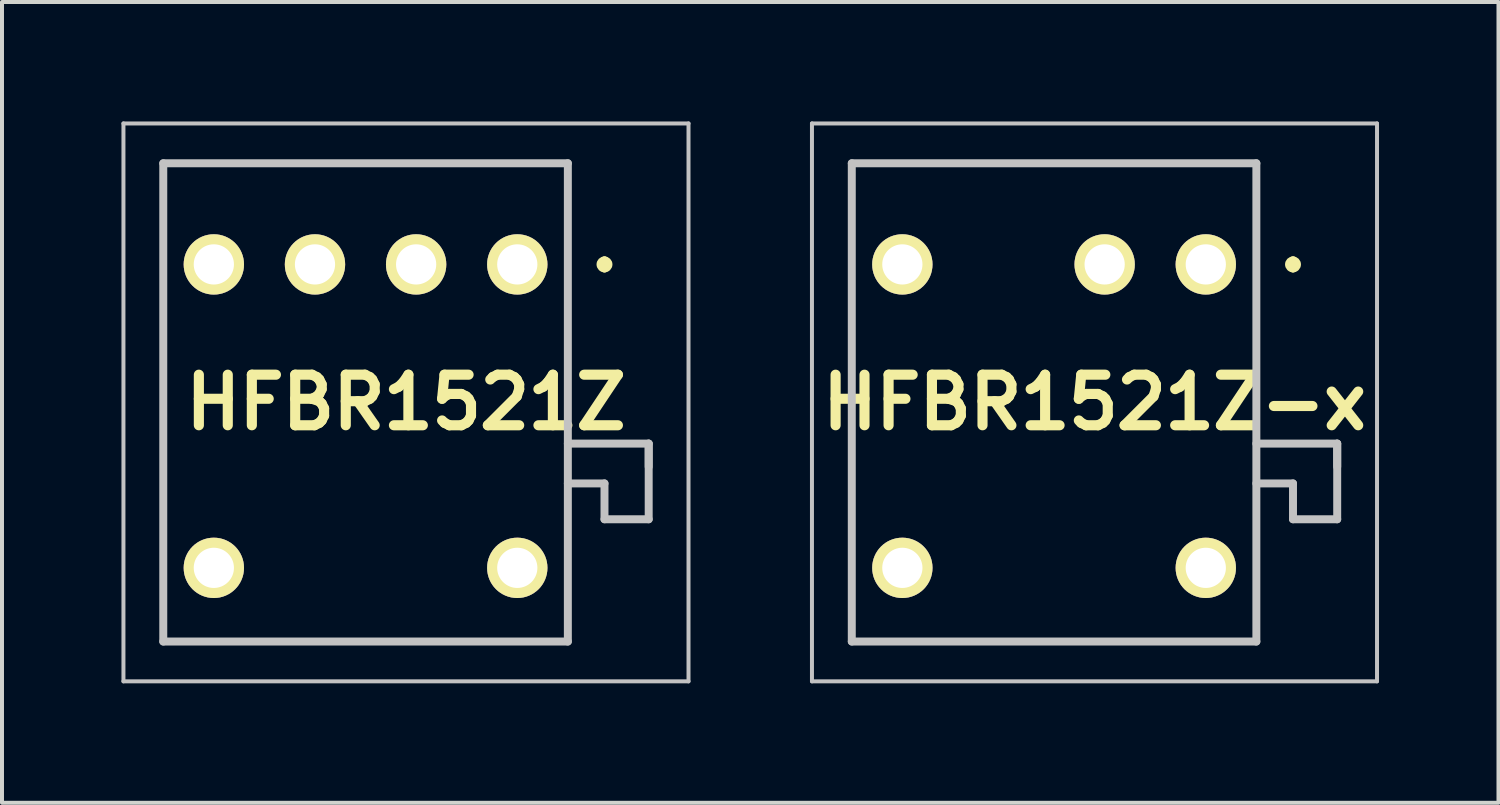
<source format=kicad_pcb>
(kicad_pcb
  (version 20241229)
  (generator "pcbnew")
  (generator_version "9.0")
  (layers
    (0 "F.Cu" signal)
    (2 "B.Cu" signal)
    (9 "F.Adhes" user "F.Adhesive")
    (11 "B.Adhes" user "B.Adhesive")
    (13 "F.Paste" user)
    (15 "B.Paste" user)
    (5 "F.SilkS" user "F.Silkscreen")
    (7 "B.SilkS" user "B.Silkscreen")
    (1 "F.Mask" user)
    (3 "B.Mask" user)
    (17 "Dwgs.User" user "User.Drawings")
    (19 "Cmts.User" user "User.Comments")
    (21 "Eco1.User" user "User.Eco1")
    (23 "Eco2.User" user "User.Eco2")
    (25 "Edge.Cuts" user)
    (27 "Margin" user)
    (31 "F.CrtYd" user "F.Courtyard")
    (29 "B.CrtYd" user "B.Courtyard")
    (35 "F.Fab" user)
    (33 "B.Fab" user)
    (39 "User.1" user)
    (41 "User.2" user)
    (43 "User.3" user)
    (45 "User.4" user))
  (footprint "HFBR1521Z-x"
    (layer "F.Cu")
    (at 23.42 3.59)
    (property "Reference" "HFBR1521Z-x" (at 1.015 3.465 0) (layer "F.SilkS") (effects (font (size 1.27 1.27) (thickness 0.254))))
    (attr through_hole)
    (fp_line (start -5.08 -2.54) (end 5.08 -2.54) (stroke (width 0.1) (type solid)) (layer "F.SilkS"))
    (fp_line (start -5.08 9.47) (end -5.08 -2.54) (stroke (width 0.1) (type solid)) (layer "F.SilkS"))
    (fp_line (start 5.08 -2.54) (end 5.08 9.47) (stroke (width 0.1) (type solid)) (layer "F.SilkS"))
    (fp_line (start 5.08 4.5) (end 7.11 4.5) (stroke (width 0.1) (type solid)) (layer "F.SilkS"))
    (fp_line (start 5.08 9.47) (end -5.08 9.47) (stroke (width 0.1) (type solid)) (layer "F.SilkS"))
    (fp_line (start 6 -0.1) (end 6 -0.1) (stroke (width 0.2) (type solid)) (layer "F.SilkS"))
    (fp_line (start 6 0.1) (end 6 0.1) (stroke (width 0.2) (type solid)) (layer "F.SilkS"))
    (fp_line (start 6 5.5) (end 5.08 5.5) (stroke (width 0.1) (type solid)) (layer "F.SilkS"))
    (fp_line (start 6 6.4) (end 6 5.5) (stroke (width 0.1) (type solid)) (layer "F.SilkS"))
    (fp_line (start 7.11 4.5) (end 7.11 6.4) (stroke (width 0.1) (type solid)) (layer "F.SilkS"))
    (fp_line (start 7.11 6.4) (end 6 6.4) (stroke (width 0.1) (type solid)) (layer "F.SilkS"))
    (fp_arc (start 6 -0.1) (mid 6.1 0) (end 6 0.1) (stroke (width 0.2) (type solid)) (layer "F.SilkS"))
    (fp_arc (start 6 0.1) (mid 5.9 0) (end 6 -0.1) (stroke (width 0.2) (type solid)) (layer "F.SilkS"))
    (fp_line (start -6.08 -3.54) (end 8.11 -3.54) (stroke (width 0.1) (type solid)) (layer "Dwgs.User"))
    (fp_line (start -6.08 10.47) (end -6.08 -3.54) (stroke (width 0.1) (type solid)) (layer "Dwgs.User"))
    (fp_line (start -5.08 -2.54) (end 5.08 -2.54) (stroke (width 0.2) (type solid)) (layer "Dwgs.User"))
    (fp_line (start -5.08 9.47) (end -5.08 -2.54) (stroke (width 0.2) (type solid)) (layer "Dwgs.User"))
    (fp_line (start 5.08 -2.54) (end 5.08 9.47) (stroke (width 0.2) (type solid)) (layer "Dwgs.User"))
    (fp_line (start 5.08 4.5) (end 7.11 4.5) (stroke (width 0.2) (type solid)) (layer "Dwgs.User"))
    (fp_line (start 5.08 9.47) (end -5.08 9.47) (stroke (width 0.2) (type solid)) (layer "Dwgs.User"))
    (fp_line (start 6 5.5) (end 5.08 5.5) (stroke (width 0.2) (type solid)) (layer "Dwgs.User"))
    (fp_line (start 6 6.4) (end 6 5.5) (stroke (width 0.2) (type solid)) (layer "Dwgs.User"))
    (fp_line (start 7.11 4.5) (end 7.11 5.08) (stroke (width 0.2) (type solid)) (layer "Dwgs.User"))
    (fp_line (start 7.11 4.5) (end 7.11 6.4) (stroke (width 0.2) (type solid)) (layer "Dwgs.User"))
    (fp_line (start 7.11 6.4) (end 6 6.4) (stroke (width 0.2) (type solid)) (layer "Dwgs.User"))
    (fp_line (start 8.11 -3.54) (end 8.11 10.47) (stroke (width 0.1) (type solid)) (layer "Dwgs.User"))
    (fp_line (start 8.11 10.47) (end -6.08 10.47) (stroke (width 0.1) (type solid)) (layer "Dwgs.User"))
    (pad "1" thru_hole circle (at 3.81 0 90) (size 1.515 1.515) (drill 1.01) (layers "*.Cu" "*.Mask" "F.SilkS"))
    (pad "2" thru_hole circle (at 1.27 0 90) (size 1.515 1.515) (drill 1.01) (layers "*.Cu" "*.Mask" "F.SilkS"))
    (pad "4" thru_hole circle (at -3.81 0 90) (size 1.515 1.515) (drill 1.01) (layers "*.Cu" "*.Mask" "F.SilkS"))
    (pad "5" thru_hole circle (at -3.81 7.62 90) (size 1.515 1.515) (drill 1.01) (layers "*.Cu" "*.Mask" "F.SilkS"))
    (pad "6" thru_hole circle (at 3.81 7.62 90) (size 1.515 1.515) (drill 1.01) (layers "*.Cu" "*.Mask" "F.SilkS")))
  (footprint "HFBR1521Z"
    (layer "F.Cu")
    (at 6.13 3.59)
    (property "Reference" "HFBR1521Z" (at 1.015 3.465 0) (layer "F.SilkS") (effects (font (size 1.27 1.27) (thickness 0.254))))
    (attr through_hole)
    (fp_line (start -5.08 -2.54) (end 5.08 -2.54) (stroke (width 0.1) (type solid)) (layer "F.SilkS"))
    (fp_line (start -5.08 9.47) (end -5.08 -2.54) (stroke (width 0.1) (type solid)) (layer "F.SilkS"))
    (fp_line (start 5.08 -2.54) (end 5.08 9.47) (stroke (width 0.1) (type solid)) (layer "F.SilkS"))
    (fp_line (start 5.08 4.5) (end 7.11 4.5) (stroke (width 0.1) (type solid)) (layer "F.SilkS"))
    (fp_line (start 5.08 9.47) (end -5.08 9.47) (stroke (width 0.1) (type solid)) (layer "F.SilkS"))
    (fp_line (start 6 -0.1) (end 6 -0.1) (stroke (width 0.2) (type solid)) (layer "F.SilkS"))
    (fp_line (start 6 0.1) (end 6 0.1) (stroke (width 0.2) (type solid)) (layer "F.SilkS"))
    (fp_line (start 6 5.5) (end 5.08 5.5) (stroke (width 0.1) (type solid)) (layer "F.SilkS"))
    (fp_line (start 6 6.4) (end 6 5.5) (stroke (width 0.1) (type solid)) (layer "F.SilkS"))
    (fp_line (start 7.11 4.5) (end 7.11 6.4) (stroke (width 0.1) (type solid)) (layer "F.SilkS"))
    (fp_line (start 7.11 6.4) (end 6 6.4) (stroke (width 0.1) (type solid)) (layer "F.SilkS"))
    (fp_arc (start 6 -0.1) (mid 6.1 0) (end 6 0.1) (stroke (width 0.2) (type solid)) (layer "F.SilkS"))
    (fp_arc (start 6 0.1) (mid 5.9 0) (end 6 -0.1) (stroke (width 0.2) (type solid)) (layer "F.SilkS"))
    (fp_line (start -6.08 -3.54) (end 8.11 -3.54) (stroke (width 0.1) (type solid)) (layer "Dwgs.User"))
    (fp_line (start -6.08 10.47) (end -6.08 -3.54) (stroke (width 0.1) (type solid)) (layer "Dwgs.User"))
    (fp_line (start -5.08 -2.54) (end 5.08 -2.54) (stroke (width 0.2) (type solid)) (layer "Dwgs.User"))
    (fp_line (start -5.08 9.47) (end -5.08 -2.54) (stroke (width 0.2) (type solid)) (layer "Dwgs.User"))
    (fp_line (start 5.08 -2.54) (end 5.08 9.47) (stroke (width 0.2) (type solid)) (layer "Dwgs.User"))
    (fp_line (start 5.08 4.5) (end 7.11 4.5) (stroke (width 0.2) (type solid)) (layer "Dwgs.User"))
    (fp_line (start 5.08 9.47) (end -5.08 9.47) (stroke (width 0.2) (type solid)) (layer "Dwgs.User"))
    (fp_line (start 6 5.5) (end 5.08 5.5) (stroke (width 0.2) (type solid)) (layer "Dwgs.User"))
    (fp_line (start 6 6.4) (end 6 5.5) (stroke (width 0.2) (type solid)) (layer "Dwgs.User"))
    (fp_line (start 7.11 4.5) (end 7.11 5.08) (stroke (width 0.2) (type solid)) (layer "Dwgs.User"))
    (fp_line (start 7.11 4.5) (end 7.11 6.4) (stroke (width 0.2) (type solid)) (layer "Dwgs.User"))
    (fp_line (start 7.11 6.4) (end 6 6.4) (stroke (width 0.2) (type solid)) (layer "Dwgs.User"))
    (fp_line (start 8.11 -3.54) (end 8.11 10.47) (stroke (width 0.1) (type solid)) (layer "Dwgs.User"))
    (fp_line (start 8.11 10.47) (end -6.08 10.47) (stroke (width 0.1) (type solid)) (layer "Dwgs.User"))
    (pad "1" thru_hole circle (at 3.81 0 90) (size 1.515 1.515) (drill 1.01) (layers "*.Cu" "*.Mask" "F.SilkS"))
    (pad "2" thru_hole circle (at 1.27 0 90) (size 1.515 1.515) (drill 1.01) (layers "*.Cu" "*.Mask" "F.SilkS"))
    (pad "3" thru_hole circle (at -1.27 0 90) (size 1.515 1.515) (drill 1.01) (layers "*.Cu" "*.Mask" "F.SilkS"))
    (pad "4" thru_hole circle (at -3.81 0 90) (size 1.515 1.515) (drill 1.01) (layers "*.Cu" "*.Mask" "F.SilkS"))
    (pad "5" thru_hole circle (at -3.81 7.62 90) (size 1.515 1.515) (drill 1.01) (layers "*.Cu" "*.Mask" "F.SilkS"))
    (pad "6" thru_hole circle (at 3.81 7.62 90) (size 1.515 1.515) (drill 1.01) (layers "*.Cu" "*.Mask" "F.SilkS")))
  (gr_rect
    (start -3 -3)
    (end 34.58 17.11)
    (stroke (width 0.1) (type default))
    (fill no)
    (layer "Edge.Cuts")))
</source>
